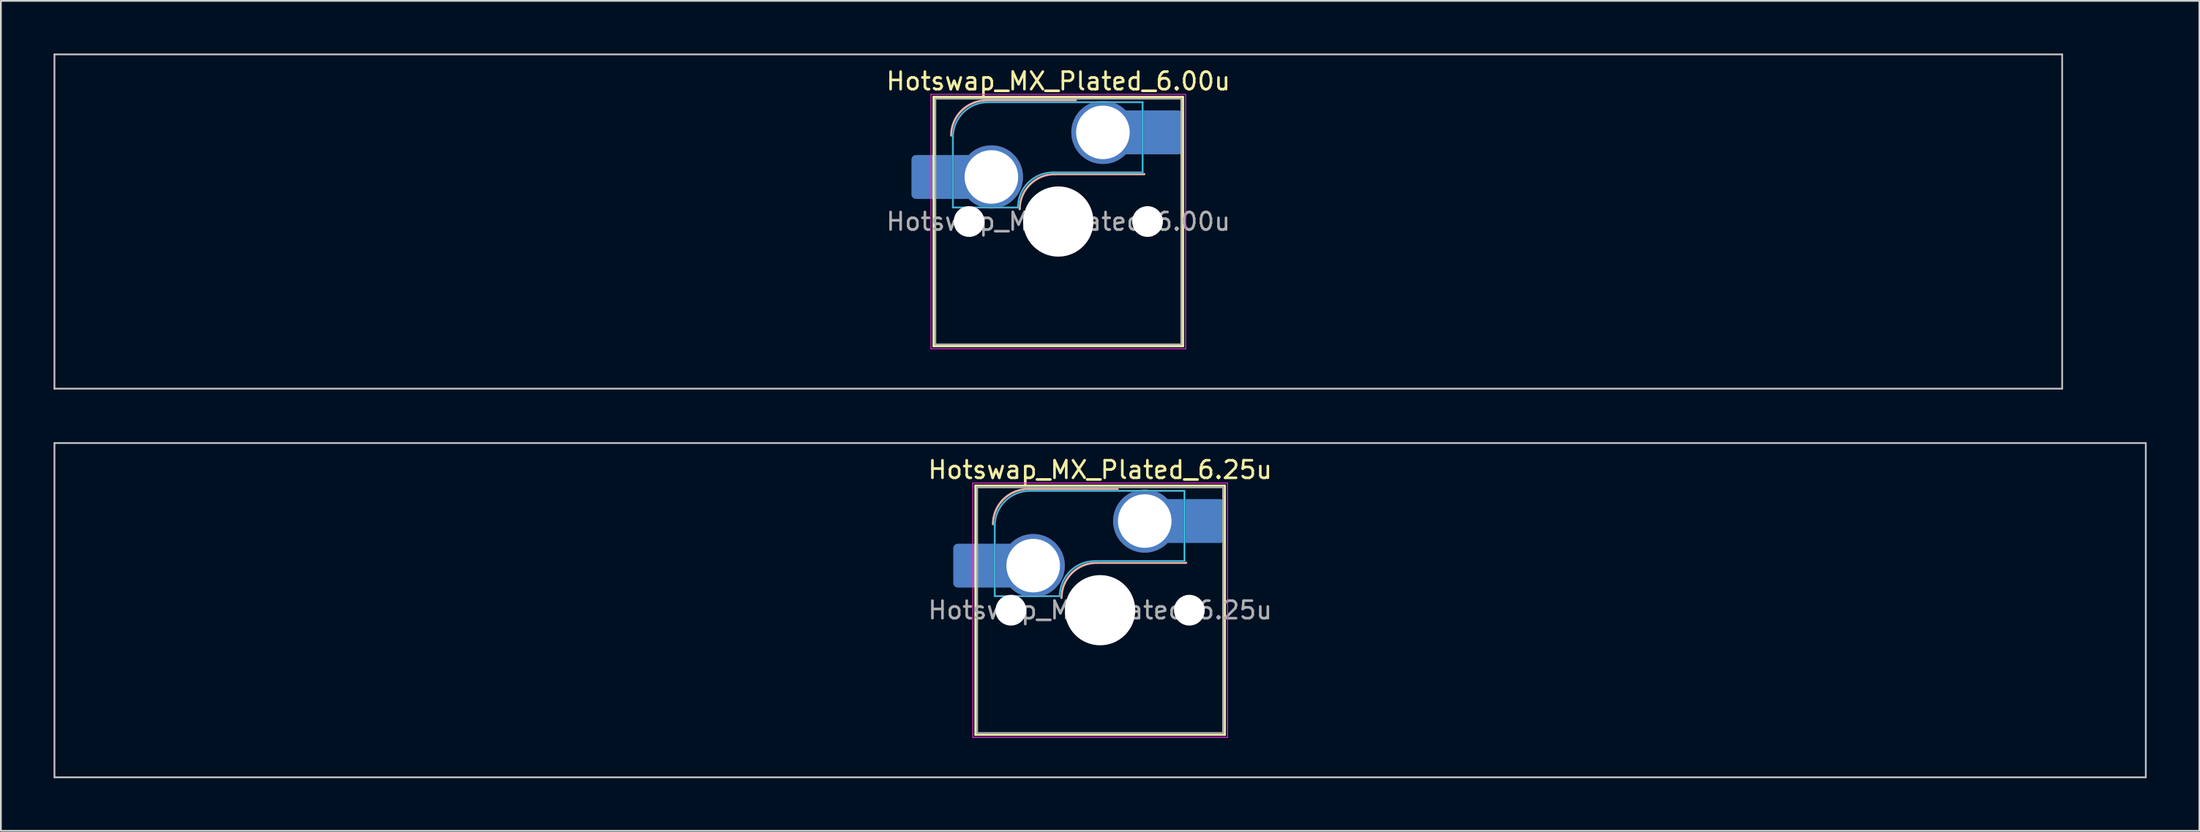
<source format=kicad_pcb>
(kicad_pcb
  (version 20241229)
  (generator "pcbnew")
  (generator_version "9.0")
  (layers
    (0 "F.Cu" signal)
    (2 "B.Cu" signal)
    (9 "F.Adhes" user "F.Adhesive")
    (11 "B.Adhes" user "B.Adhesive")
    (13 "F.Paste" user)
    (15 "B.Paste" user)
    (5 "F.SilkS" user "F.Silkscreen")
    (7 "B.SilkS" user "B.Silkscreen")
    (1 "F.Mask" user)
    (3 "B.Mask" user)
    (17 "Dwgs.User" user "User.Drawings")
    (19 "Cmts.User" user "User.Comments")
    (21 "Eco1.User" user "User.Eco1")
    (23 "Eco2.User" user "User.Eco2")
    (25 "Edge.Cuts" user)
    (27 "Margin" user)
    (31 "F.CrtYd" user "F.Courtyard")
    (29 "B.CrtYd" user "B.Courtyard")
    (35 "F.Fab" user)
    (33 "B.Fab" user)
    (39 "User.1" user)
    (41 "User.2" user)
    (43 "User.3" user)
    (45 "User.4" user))
  (footprint "Hotswap_MX_Plated_6.00u"
    (layer "F.Cu")
    (at 57.2 9.575)
    (property "Reference" "Hotswap_MX_Plated_6.00u" (at 0 -8 0) (layer "F.SilkS") (effects (font (size 1 1) (thickness 0.15))))
    (attr smd allow_soldermask_bridges)
    (fp_line (start -7.1 -7.1) (end -7.1 7.1) (stroke (width 0.12) (type solid)) (layer "F.SilkS"))
    (fp_line (start -7.1 7.1) (end 7.1 7.1) (stroke (width 0.12) (type solid)) (layer "F.SilkS"))
    (fp_line (start 7.1 -7.1) (end -7.1 -7.1) (stroke (width 0.12) (type solid)) (layer "F.SilkS"))
    (fp_line (start 7.1 7.1) (end 7.1 -7.1) (stroke (width 0.12) (type solid)) (layer "F.SilkS"))
    (fp_line (start -4.1 -6.9) (end 1 -6.9) (stroke (width 0.12) (type solid)) (layer "B.SilkS"))
    (fp_line (start -0.2 -2.7) (end 4.9 -2.7) (stroke (width 0.12) (type solid)) (layer "B.SilkS"))
    (fp_arc (start -6.1 -4.9) (mid -5.514214 -6.314214) (end -4.1 -6.9) (stroke (width 0.12) (type solid)) (layer "B.SilkS"))
    (fp_arc (start -2.2 -0.7) (mid -1.614214 -2.114214) (end -0.2 -2.7) (stroke (width 0.12) (type solid)) (layer "B.SilkS"))
    (fp_line (start -57.15 -9.525) (end -57.15 9.525) (stroke (width 0.1) (type solid)) (layer "Dwgs.User"))
    (fp_line (start -57.15 9.525) (end 57.15 9.525) (stroke (width 0.1) (type solid)) (layer "Dwgs.User"))
    (fp_line (start 57.15 -9.525) (end -57.15 -9.525) (stroke (width 0.1) (type solid)) (layer "Dwgs.User"))
    (fp_line (start 57.15 9.525) (end 57.15 -9.525) (stroke (width 0.1) (type solid)) (layer "Dwgs.User"))
    (fp_line (start -7.8 -6) (end -7 -6) (stroke (width 0.1) (type solid)) (layer "Eco1.User"))
    (fp_line (start -7.8 -2.9) (end -7.8 -6) (stroke (width 0.1) (type solid)) (layer "Eco1.User"))
    (fp_line (start -7.8 2.9) (end -7 2.9) (stroke (width 0.1) (type solid)) (layer "Eco1.User"))
    (fp_line (start -7.8 6) (end -7.8 2.9) (stroke (width 0.1) (type solid)) (layer "Eco1.User"))
    (fp_line (start -7 -7) (end 7 -7) (stroke (width 0.1) (type solid)) (layer "Eco1.User"))
    (fp_line (start -7 -6) (end -7 -7) (stroke (width 0.1) (type solid)) (layer "Eco1.User"))
    (fp_line (start -7 -2.9) (end -7.8 -2.9) (stroke (width 0.1) (type solid)) (layer "Eco1.User"))
    (fp_line (start -7 2.9) (end -7 -2.9) (stroke (width 0.1) (type solid)) (layer "Eco1.User"))
    (fp_line (start -7 6) (end -7.8 6) (stroke (width 0.1) (type solid)) (layer "Eco1.User"))
    (fp_line (start -7 7) (end -7 6) (stroke (width 0.1) (type solid)) (layer "Eco1.User"))
    (fp_line (start 7 -7) (end 7 -6) (stroke (width 0.1) (type solid)) (layer "Eco1.User"))
    (fp_line (start 7 -6) (end 7.8 -6) (stroke (width 0.1) (type solid)) (layer "Eco1.User"))
    (fp_line (start 7 -2.9) (end 7 2.9) (stroke (width 0.1) (type solid)) (layer "Eco1.User"))
    (fp_line (start 7 2.9) (end 7.8 2.9) (stroke (width 0.1) (type solid)) (layer "Eco1.User"))
    (fp_line (start 7 6) (end 7 7) (stroke (width 0.1) (type solid)) (layer "Eco1.User"))
    (fp_line (start 7 7) (end -7 7) (stroke (width 0.1) (type solid)) (layer "Eco1.User"))
    (fp_line (start 7.8 -6) (end 7.8 -2.9) (stroke (width 0.1) (type solid)) (layer "Eco1.User"))
    (fp_line (start 7.8 -2.9) (end 7 -2.9) (stroke (width 0.1) (type solid)) (layer "Eco1.User"))
    (fp_line (start 7.8 2.9) (end 7.8 6) (stroke (width 0.1) (type solid)) (layer "Eco1.User"))
    (fp_line (start 7.8 6) (end 7 6) (stroke (width 0.1) (type solid)) (layer "Eco1.User"))
    (fp_line (start -6 -0.8) (end -6 -4.8) (stroke (width 0.05) (type solid)) (layer "B.CrtYd"))
    (fp_line (start -6 -0.8) (end -2.3 -0.8) (stroke (width 0.05) (type solid)) (layer "B.CrtYd"))
    (fp_line (start -4 -6.8) (end 4.8 -6.8) (stroke (width 0.05) (type solid)) (layer "B.CrtYd"))
    (fp_line (start -0.3 -2.8) (end 4.8 -2.8) (stroke (width 0.05) (type solid)) (layer "B.CrtYd"))
    (fp_line (start 4.8 -6.8) (end 4.8 -2.8) (stroke (width 0.05) (type solid)) (layer "B.CrtYd"))
    (fp_arc (start -6 -4.8) (mid -5.414214 -6.214214) (end -4 -6.8) (stroke (width 0.05) (type solid)) (layer "B.CrtYd"))
    (fp_arc (start -2.3 -0.8) (mid -1.714214 -2.214214) (end -0.3 -2.8) (stroke (width 0.05) (type solid)) (layer "B.CrtYd"))
    (fp_line (start -7.25 -7.25) (end -7.25 7.25) (stroke (width 0.05) (type solid)) (layer "F.CrtYd"))
    (fp_line (start -7.25 7.25) (end 7.25 7.25) (stroke (width 0.05) (type solid)) (layer "F.CrtYd"))
    (fp_line (start 7.25 -7.25) (end -7.25 -7.25) (stroke (width 0.05) (type solid)) (layer "F.CrtYd"))
    (fp_line (start 7.25 7.25) (end 7.25 -7.25) (stroke (width 0.05) (type solid)) (layer "F.CrtYd"))
    (fp_line (start -6 -0.8) (end -6 -4.8) (stroke (width 0.12) (type solid)) (layer "B.Fab"))
    (fp_line (start -6 -0.8) (end -2.3 -0.8) (stroke (width 0.12) (type solid)) (layer "B.Fab"))
    (fp_line (start -4 -6.8) (end 4.8 -6.8) (stroke (width 0.12) (type solid)) (layer "B.Fab"))
    (fp_line (start -0.3 -2.8) (end 4.8 -2.8) (stroke (width 0.12) (type solid)) (layer "B.Fab"))
    (fp_line (start 4.8 -6.8) (end 4.8 -2.8) (stroke (width 0.12) (type solid)) (layer "B.Fab"))
    (fp_arc (start -6 -4.8) (mid -5.414214 -6.214214) (end -4 -6.8) (stroke (width 0.12) (type solid)) (layer "B.Fab"))
    (fp_arc (start -2.3 -0.8) (mid -1.714214 -2.214214) (end -0.3 -2.8) (stroke (width 0.12) (type solid)) (layer "B.Fab"))
    (fp_line (start -7 -7) (end -7 7) (stroke (width 0.1) (type solid)) (layer "F.Fab"))
    (fp_line (start -7 7) (end 7 7) (stroke (width 0.1) (type solid)) (layer "F.Fab"))
    (fp_line (start 7 -7) (end -7 -7) (stroke (width 0.1) (type solid)) (layer "F.Fab"))
    (fp_line (start 7 7) (end 7 -7) (stroke (width 0.1) (type solid)) (layer "F.Fab"))
    (fp_text user "${REFERENCE}" (at 0 0 0) (layer "F.Fab") (effects (font (size 1 1) (thickness 0.15))))
    (pad "" smd roundrect (at -7.085 -2.54) (size 2.55 2.5) (layers "B.Mask" "B.Paste") (roundrect_rratio 0.1))
    (pad "" np_thru_hole circle (at -5.08 0) (size 1.75 1.75) (drill 1.75) (layers "*.Cu" "*.Mask"))
    (pad "" np_thru_hole circle (at 0 0) (size 4 4) (drill 4) (layers "*.Cu" "*.Mask"))
    (pad "" np_thru_hole circle (at 5.08 0) (size 1.75 1.75) (drill 1.75) (layers "*.Cu" "*.Mask"))
    (pad "" smd roundrect (at 5.842 -5.08) (size 2.55 2.5) (layers "B.Mask" "B.Paste") (roundrect_rratio 0.1))
    (pad "1" smd roundrect (at -6.585 -2.54) (size 3.55 2.5) (layers "B.Cu") (roundrect_rratio 0.1))
    (pad "1" thru_hole circle (at -3.81 -2.54) (size 3.6 3.6) (drill 3.05) (layers "*.Cu" "*.Mask"))
    (pad "2" thru_hole circle (at 2.54 -5.08) (size 3.6 3.6) (drill 3.05) (layers "*.Cu" "*.Mask"))
    (pad "2" smd roundrect (at 5.32 -5.08) (size 3.55 2.5) (layers "B.Cu") (roundrect_rratio 0.1)))
  (footprint "Hotswap_MX_Plated_6.25u"
    (layer "F.Cu")
    (at 59.581 31.725)
    (property "Reference" "Hotswap_MX_Plated_6.25u" (at 0 -8 0) (layer "F.SilkS") (effects (font (size 1 1) (thickness 0.15))))
    (attr smd allow_soldermask_bridges)
    (fp_line (start -7.1 -7.1) (end -7.1 7.1) (stroke (width 0.12) (type solid)) (layer "F.SilkS"))
    (fp_line (start -7.1 7.1) (end 7.1 7.1) (stroke (width 0.12) (type solid)) (layer "F.SilkS"))
    (fp_line (start 7.1 -7.1) (end -7.1 -7.1) (stroke (width 0.12) (type solid)) (layer "F.SilkS"))
    (fp_line (start 7.1 7.1) (end 7.1 -7.1) (stroke (width 0.12) (type solid)) (layer "F.SilkS"))
    (fp_line (start -4.1 -6.9) (end 1 -6.9) (stroke (width 0.12) (type solid)) (layer "B.SilkS"))
    (fp_line (start -0.2 -2.7) (end 4.9 -2.7) (stroke (width 0.12) (type solid)) (layer "B.SilkS"))
    (fp_arc (start -6.1 -4.9) (mid -5.514214 -6.314214) (end -4.1 -6.9) (stroke (width 0.12) (type solid)) (layer "B.SilkS"))
    (fp_arc (start -2.2 -0.7) (mid -1.614214 -2.114214) (end -0.2 -2.7) (stroke (width 0.12) (type solid)) (layer "B.SilkS"))
    (fp_line (start -59.531 -9.525) (end -59.531 9.525) (stroke (width 0.1) (type solid)) (layer "Dwgs.User"))
    (fp_line (start -59.531 9.525) (end 59.531 9.525) (stroke (width 0.1) (type solid)) (layer "Dwgs.User"))
    (fp_line (start 59.531 -9.525) (end -59.531 -9.525) (stroke (width 0.1) (type solid)) (layer "Dwgs.User"))
    (fp_line (start 59.531 9.525) (end 59.531 -9.525) (stroke (width 0.1) (type solid)) (layer "Dwgs.User"))
    (fp_line (start -7.8 -6) (end -7 -6) (stroke (width 0.1) (type solid)) (layer "Eco1.User"))
    (fp_line (start -7.8 -2.9) (end -7.8 -6) (stroke (width 0.1) (type solid)) (layer "Eco1.User"))
    (fp_line (start -7.8 2.9) (end -7 2.9) (stroke (width 0.1) (type solid)) (layer "Eco1.User"))
    (fp_line (start -7.8 6) (end -7.8 2.9) (stroke (width 0.1) (type solid)) (layer "Eco1.User"))
    (fp_line (start -7 -7) (end 7 -7) (stroke (width 0.1) (type solid)) (layer "Eco1.User"))
    (fp_line (start -7 -6) (end -7 -7) (stroke (width 0.1) (type solid)) (layer "Eco1.User"))
    (fp_line (start -7 -2.9) (end -7.8 -2.9) (stroke (width 0.1) (type solid)) (layer "Eco1.User"))
    (fp_line (start -7 2.9) (end -7 -2.9) (stroke (width 0.1) (type solid)) (layer "Eco1.User"))
    (fp_line (start -7 6) (end -7.8 6) (stroke (width 0.1) (type solid)) (layer "Eco1.User"))
    (fp_line (start -7 7) (end -7 6) (stroke (width 0.1) (type solid)) (layer "Eco1.User"))
    (fp_line (start 7 -7) (end 7 -6) (stroke (width 0.1) (type solid)) (layer "Eco1.User"))
    (fp_line (start 7 -6) (end 7.8 -6) (stroke (width 0.1) (type solid)) (layer "Eco1.User"))
    (fp_line (start 7 -2.9) (end 7 2.9) (stroke (width 0.1) (type solid)) (layer "Eco1.User"))
    (fp_line (start 7 2.9) (end 7.8 2.9) (stroke (width 0.1) (type solid)) (layer "Eco1.User"))
    (fp_line (start 7 6) (end 7 7) (stroke (width 0.1) (type solid)) (layer "Eco1.User"))
    (fp_line (start 7 7) (end -7 7) (stroke (width 0.1) (type solid)) (layer "Eco1.User"))
    (fp_line (start 7.8 -6) (end 7.8 -2.9) (stroke (width 0.1) (type solid)) (layer "Eco1.User"))
    (fp_line (start 7.8 -2.9) (end 7 -2.9) (stroke (width 0.1) (type solid)) (layer "Eco1.User"))
    (fp_line (start 7.8 2.9) (end 7.8 6) (stroke (width 0.1) (type solid)) (layer "Eco1.User"))
    (fp_line (start 7.8 6) (end 7 6) (stroke (width 0.1) (type solid)) (layer "Eco1.User"))
    (fp_line (start -6 -0.8) (end -6 -4.8) (stroke (width 0.05) (type solid)) (layer "B.CrtYd"))
    (fp_line (start -6 -0.8) (end -2.3 -0.8) (stroke (width 0.05) (type solid)) (layer "B.CrtYd"))
    (fp_line (start -4 -6.8) (end 4.8 -6.8) (stroke (width 0.05) (type solid)) (layer "B.CrtYd"))
    (fp_line (start -0.3 -2.8) (end 4.8 -2.8) (stroke (width 0.05) (type solid)) (layer "B.CrtYd"))
    (fp_line (start 4.8 -6.8) (end 4.8 -2.8) (stroke (width 0.05) (type solid)) (layer "B.CrtYd"))
    (fp_arc (start -6 -4.8) (mid -5.414214 -6.214214) (end -4 -6.8) (stroke (width 0.05) (type solid)) (layer "B.CrtYd"))
    (fp_arc (start -2.3 -0.8) (mid -1.714214 -2.214214) (end -0.3 -2.8) (stroke (width 0.05) (type solid)) (layer "B.CrtYd"))
    (fp_line (start -7.25 -7.25) (end -7.25 7.25) (stroke (width 0.05) (type solid)) (layer "F.CrtYd"))
    (fp_line (start -7.25 7.25) (end 7.25 7.25) (stroke (width 0.05) (type solid)) (layer "F.CrtYd"))
    (fp_line (start 7.25 -7.25) (end -7.25 -7.25) (stroke (width 0.05) (type solid)) (layer "F.CrtYd"))
    (fp_line (start 7.25 7.25) (end 7.25 -7.25) (stroke (width 0.05) (type solid)) (layer "F.CrtYd"))
    (fp_line (start -6 -0.8) (end -6 -4.8) (stroke (width 0.12) (type solid)) (layer "B.Fab"))
    (fp_line (start -6 -0.8) (end -2.3 -0.8) (stroke (width 0.12) (type solid)) (layer "B.Fab"))
    (fp_line (start -4 -6.8) (end 4.8 -6.8) (stroke (width 0.12) (type solid)) (layer "B.Fab"))
    (fp_line (start -0.3 -2.8) (end 4.8 -2.8) (stroke (width 0.12) (type solid)) (layer "B.Fab"))
    (fp_line (start 4.8 -6.8) (end 4.8 -2.8) (stroke (width 0.12) (type solid)) (layer "B.Fab"))
    (fp_arc (start -6 -4.8) (mid -5.414214 -6.214214) (end -4 -6.8) (stroke (width 0.12) (type solid)) (layer "B.Fab"))
    (fp_arc (start -2.3 -0.8) (mid -1.714214 -2.214214) (end -0.3 -2.8) (stroke (width 0.12) (type solid)) (layer "B.Fab"))
    (fp_line (start -7 -7) (end -7 7) (stroke (width 0.1) (type solid)) (layer "F.Fab"))
    (fp_line (start -7 7) (end 7 7) (stroke (width 0.1) (type solid)) (layer "F.Fab"))
    (fp_line (start 7 -7) (end -7 -7) (stroke (width 0.1) (type solid)) (layer "F.Fab"))
    (fp_line (start 7 7) (end 7 -7) (stroke (width 0.1) (type solid)) (layer "F.Fab"))
    (fp_text user "${REFERENCE}" (at 0 0 0) (layer "F.Fab") (effects (font (size 1 1) (thickness 0.15))))
    (pad "" smd roundrect (at -7.085 -2.54) (size 2.55 2.5) (layers "B.Mask" "B.Paste") (roundrect_rratio 0.1))
    (pad "" np_thru_hole circle (at -5.08 0) (size 1.75 1.75) (drill 1.75) (layers "*.Cu" "*.Mask"))
    (pad "" np_thru_hole circle (at 0 0) (size 4 4) (drill 4) (layers "*.Cu" "*.Mask"))
    (pad "" np_thru_hole circle (at 5.08 0) (size 1.75 1.75) (drill 1.75) (layers "*.Cu" "*.Mask"))
    (pad "" smd roundrect (at 5.842 -5.08) (size 2.55 2.5) (layers "B.Mask" "B.Paste") (roundrect_rratio 0.1))
    (pad "1" smd roundrect (at -6.585 -2.54) (size 3.55 2.5) (layers "B.Cu") (roundrect_rratio 0.1))
    (pad "1" thru_hole circle (at -3.81 -2.54) (size 3.6 3.6) (drill 3.05) (layers "*.Cu" "*.Mask"))
    (pad "2" thru_hole circle (at 2.54 -5.08) (size 3.6 3.6) (drill 3.05) (layers "*.Cu" "*.Mask"))
    (pad "2" smd roundrect (at 5.32 -5.08) (size 3.55 2.5) (layers "B.Cu") (roundrect_rratio 0.1)))
  (gr_rect
    (start -3 -3)
    (end 122.162 44.3)
    (stroke (width 0.1) (type default))
    (fill no)
    (layer "Edge.Cuts")))
</source>
